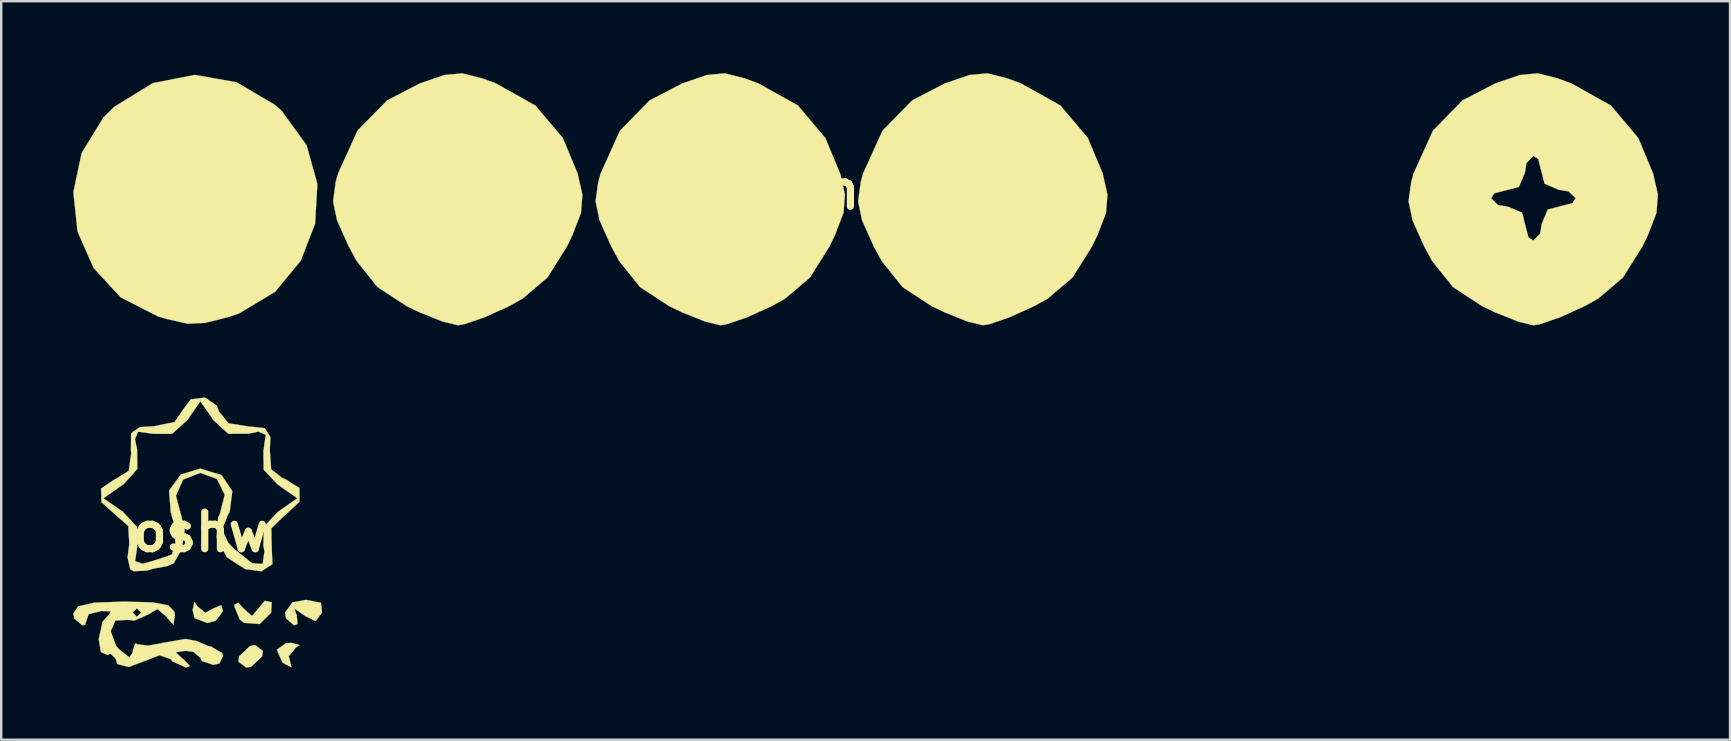
<source format=kicad_pcb>
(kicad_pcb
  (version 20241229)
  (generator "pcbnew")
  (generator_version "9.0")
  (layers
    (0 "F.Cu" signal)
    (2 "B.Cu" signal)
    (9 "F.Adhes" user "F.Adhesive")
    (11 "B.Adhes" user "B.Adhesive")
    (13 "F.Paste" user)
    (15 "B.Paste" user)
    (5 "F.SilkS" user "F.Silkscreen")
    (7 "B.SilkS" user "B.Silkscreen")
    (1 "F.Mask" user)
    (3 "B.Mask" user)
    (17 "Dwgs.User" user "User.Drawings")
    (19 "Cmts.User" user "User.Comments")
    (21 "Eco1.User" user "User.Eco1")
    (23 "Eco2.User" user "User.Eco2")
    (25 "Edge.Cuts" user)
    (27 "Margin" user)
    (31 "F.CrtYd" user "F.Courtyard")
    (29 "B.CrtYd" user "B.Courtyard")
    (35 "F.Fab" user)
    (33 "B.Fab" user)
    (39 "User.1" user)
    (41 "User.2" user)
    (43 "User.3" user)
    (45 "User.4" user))
  (footprint "oshw"
    (layer "F.Cu")
    (at 5.297 19.118)
    (property "Reference" "oshw" (at 0 0 0) (layer "F.SilkS") (effects (font (size 1.524 1.524) (thickness 0.3))))
    (attr through_hole)
    (fp_poly (pts (xy 2.602 4.951) (xy 2.574 5.174) (xy 2.122 5.605) (xy 1.914 5.644) (xy 1.586 5.397) (xy 1.614 5.174) (xy 2.067 4.743) (xy 2.275 4.704) (xy 2.602 4.951)) (stroke (width 0.01) (type solid)) (fill yes) (layer "F.SilkS"))
    (fp_poly (pts (xy -0.114 3.102) (xy 0.205 3.362) (xy 0.505 3.195) (xy 0.874 3.041) (xy 0.941 3.286) (xy 0.647 3.688) (xy 0.294 3.788) (xy -0.243 3.583) (xy -0.325 3.241) (xy -0.24 2.908) (xy -0.114 3.102)) (stroke (width 0.01) (type solid)) (fill yes) (layer "F.SilkS"))
    (fp_poly (pts (xy 4.128 4.704) (xy 3.967 4.82) (xy 3.68 5.167) (xy 3.723 5.322) (xy 3.794 5.63) (xy 3.474 5.47) (xy 3.41 5.409) (xy 3.184 4.9) (xy 3.572 4.623) (xy 3.792 4.614) (xy 4.128 4.704)) (stroke (width 0.01) (type solid)) (fill yes) (layer "F.SilkS"))
    (fp_poly (pts (xy 2.97 2.922) (xy 2.95 3.351) (xy 2.471 3.829) (xy 1.823 3.78) (xy 1.646 3.645) (xy 1.42 3.104) (xy 1.417 3.028) (xy 1.576 2.938) (xy 1.796 3.175) (xy 2.148 3.494) (xy 2.349 3.263) (xy 2.684 2.859) (xy 2.97 2.922)) (stroke (width 0.01) (type solid)) (fill yes) (layer "F.SilkS"))
    (fp_poly (pts (xy 5.023 2.942) (xy 5.067 3.35) (xy 5.063 3.36) (xy 4.801 3.708) (xy 4.345 3.484) (xy 4.301 3.449) (xy 3.922 3.186) (xy 3.991 3.408) (xy 4.01 3.44) (xy 4.049 3.825) (xy 3.901 3.881) (xy 3.57 3.595) (xy 3.528 3.351) (xy 3.834 2.925) (xy 4.399 2.822) (xy 5.023 2.942)) (stroke (width 0.01) (type solid)) (fill yes) (layer "F.SilkS"))
    (fp_poly (pts (xy -1.97 2.927) (xy -1.321 3.057) (xy -1.079 3.323) (xy -1.064 3.475) (xy -1.12 3.859) (xy -1.362 3.594) (xy -1.402 3.531) (xy -1.791 3.203) (xy -2.145 3.415) (xy -2.746 3.685) (xy -3.006 3.653) (xy -3.538 3.682) (xy -3.736 4.122) (xy -3.521 4.724) (xy -3.393 4.872) (xy -2.957 5.22) (xy -2.824 5.02) (xy -2.822 4.956) (xy -2.712 4.633) (xy -2.619 4.671) (xy -2.171 4.729) (xy -1.411 4.586) (xy -0.622 4.45) (xy -0.174 4.53) (xy 0.365 4.758) (xy 0.441 4.763) (xy 0.9 5.038) (xy 0.951 5.145) (xy 0.788 5.477) (xy 0.539 5.527) (xy 0.063 5.37) (xy 0 5.233) (xy -0.292 4.986) (xy -0.617 4.944) (xy -1.026 5.003) (xy -0.773 5.247) (xy -0.706 5.292) (xy -0.434 5.575) (xy -0.597 5.639) (xy -1.16 5.387) (xy -1.235 5.291) (xy -1.704 5.129) (xy -2.115 5.291) (xy -2.987 5.618) (xy -3.467 5.492) (xy -3.528 5.271) (xy -3.744 5.06) (xy -3.881 5.115) (xy -4.144 4.993) (xy -4.233 4.46) (xy -4.075 3.73) (xy -3.792 3.417) (xy -3.755 3.351) (xy -2.822 3.351) (xy -2.646 3.528) (xy -2.469 3.351) (xy -2.646 3.175) (xy -2.822 3.351) (xy -3.755 3.351) (xy -3.726 3.301) (xy -4.121 3.284) (xy -4.654 3.417) (xy -4.717 3.601) (xy -4.805 3.865) (xy -4.918 3.881) (xy -5.256 3.598) (xy -5.292 3.387) (xy -5.092 3.094) (xy -4.417 2.938) (xy -3.175 2.893) (xy -1.97 2.927)) (stroke (width 0.01) (type solid)) (fill yes) (layer "F.SilkS"))
    (fp_poly (pts (xy 0.683 -5.268) (xy 0.774 -5.027) (xy 1.17 -4.536) (xy 1.947 -4.41) (xy 2.681 -4.332) (xy 2.917 -3.958) (xy 2.893 -3.411) (xy 2.949 -2.618) (xy 3.42 -2.249) (xy 3.51 -2.224) (xy 4.127 -1.836) (xy 4.134 -1.272) (xy 3.533 -0.709) (xy 3.497 -0.689) (xy 2.956 -0.16) (xy 2.969 0.537) (xy 3.001 1.333) (xy 2.545 1.629) (xy 1.868 1.541) (xy 1.103 1.05) (xy 0.682 0.237) (xy 0.738 -0.61) (xy 0.81 -0.746) (xy 1.016 -1.555) (xy 0.694 -2.213) (xy 0 -2.469) (xy -0.717 -2.191) (xy -1.018 -1.521) (xy -0.811 -0.743) (xy -0.653 -0.066) (xy -0.778 0.715) (xy -1.105 1.291) (xy -1.371 1.411) (xy -1.986 1.528) (xy -2.194 1.598) (xy -2.775 1.63) (xy -2.922 1.546) (xy -3.034 1.054) (xy -2.961 0.506) (xy -3.002 -0.258) (xy -3.497 -0.689) (xy -4.122 -1.249) (xy -4.126 -1.411) (xy -4.038 -1.411) (xy -3.225 -0.842) (xy -2.638 -0.215) (xy -2.627 0.578) (xy -2.631 0.597) (xy -2.718 1.211) (xy -2.416 1.317) (xy -2.042 1.219) (xy -1.401 1.012) (xy -1.18 0.926) (xy -1.042 0.462) (xy -1.085 -0.297) (xy -1.235 -0.842) (xy -1.304 -1.725) (xy -0.818 -2.4) (xy 0 -2.646) (xy 0.882 -2.376) (xy 1.331 -1.708) (xy 1.223 -0.854) (xy 1.142 -0.709) (xy 0.902 -0.104) (xy 1.158 0.435) (xy 1.409 0.704) (xy 2.155 1.297) (xy 2.596 1.325) (xy 2.671 0.794) (xy 2.624 0.569) (xy 2.643 -0.223) (xy 3.225 -0.842) (xy 4.038 -1.411) (xy 3.225 -1.98) (xy 2.639 -2.602) (xy 2.625 -3.392) (xy 2.635 -3.434) (xy 2.723 -4.06) (xy 2.412 -4.188) (xy 1.979 -4.098) (xy 1.164 -4.099) (xy 0.55 -4.663) (xy 0 -5.449) (xy -0.55 -4.663) (xy -1.179 -4.093) (xy -1.979 -4.098) (xy -2.6 -4.185) (xy -2.726 -3.87) (xy -2.635 -3.434) (xy -2.628 -2.631) (xy -3.187 -2.007) (xy -3.225 -1.98) (xy -4.038 -1.411) (xy -4.126 -1.411) (xy -4.138 -1.816) (xy -3.546 -2.214) (xy -3.51 -2.224) (xy -2.982 -2.556) (xy -2.881 -3.286) (xy -2.893 -3.411) (xy -2.886 -4.116) (xy -2.52 -4.377) (xy -1.947 -4.41) (xy -1.075 -4.586) (xy -0.774 -5.027) (xy -0.408 -5.528) (xy 0.189 -5.609) (xy 0.683 -5.268)) (stroke (width 0.01) (type solid)) (fill yes) (layer "F.SilkS")))
  (footprint "newtonscradle"
    (layer "F.Cu")
    (at 32.957 4.855)
    (property "Reference" "newtonscradle" (at 0 0 0) (layer "F.SilkS") (effects (font (size 1.524 1.524) (thickness 0.3))))
    (attr through_hole)
    (fp_poly (pts (xy -26.154 -4.479) (xy -24.543 -3.529) (xy -24.274 -3.287) (xy -23.238 -1.86) (xy -22.786 -0.245) (xy -22.88 1.41) (xy -23.482 2.96) (xy -24.555 4.259) (xy -26.062 5.159) (xy -26.483 5.299) (xy -27.469 5.548) (xy -28.192 5.578) (xy -29.056 5.385) (xy -29.42 5.278) (xy -30.979 4.484) (xy -32.108 3.257) (xy -32.776 1.745) (xy -32.952 0.098) (xy -32.604 -1.536) (xy -31.701 -3.007) (xy -31.257 -3.449) (xy -29.643 -4.442) (xy -27.898 -4.785) (xy -26.154 -4.479)) (stroke (width 0.01) (type solid)) (fill yes) (layer "F.SilkS"))
    (fp_poly (pts (xy -15.915 -4.639) (xy -15.35 -4.43) (xy -13.703 -3.509) (xy -12.56 -2.153) (xy -11.946 -0.681) (xy -11.745 0.206) (xy -11.805 0.967) (xy -12.17 1.91) (xy -12.387 2.358) (xy -13.199 3.654) (xy -14.239 4.537) (xy -14.803 4.851) (xy -15.833 5.316) (xy -16.67 5.602) (xy -16.933 5.644) (xy -17.561 5.493) (xy -18.526 5.107) (xy -19.063 4.851) (xy -20.28 4.054) (xy -21.153 2.964) (xy -21.48 2.358) (xy -21.967 1.272) (xy -22.132 0.481) (xy -22.021 -0.325) (xy -21.921 -0.681) (xy -21.116 -2.461) (xy -19.881 -3.723) (xy -18.517 -4.43) (xy -17.496 -4.78) (xy -16.752 -4.85) (xy -15.915 -4.639)) (stroke (width 0.01) (type solid)) (fill yes) (layer "F.SilkS"))
    (fp_poly (pts (xy -4.979 -4.639) (xy -4.414 -4.43) (xy -2.766 -3.509) (xy -1.624 -2.153) (xy -1.009 -0.681) (xy -0.809 0.206) (xy -0.869 0.967) (xy -1.234 1.91) (xy -1.451 2.358) (xy -2.263 3.654) (xy -3.303 4.537) (xy -3.867 4.851) (xy -4.897 5.316) (xy -5.733 5.602) (xy -5.997 5.644) (xy -6.625 5.493) (xy -7.59 5.107) (xy -8.127 4.851) (xy -9.344 4.054) (xy -10.216 2.964) (xy -10.544 2.358) (xy -11.031 1.272) (xy -11.196 0.481) (xy -11.085 -0.325) (xy -10.985 -0.681) (xy -10.18 -2.461) (xy -8.945 -3.723) (xy -7.581 -4.43) (xy -6.56 -4.78) (xy -5.816 -4.85) (xy -4.979 -4.639)) (stroke (width 0.01) (type solid)) (fill yes) (layer "F.SilkS"))
    (fp_poly (pts (xy 5.957 -4.639) (xy 6.523 -4.43) (xy 8.17 -3.509) (xy 9.312 -2.153) (xy 9.927 -0.681) (xy 10.127 0.206) (xy 10.067 0.967) (xy 9.702 1.91) (xy 9.486 2.358) (xy 8.673 3.654) (xy 7.633 4.537) (xy 7.069 4.851) (xy 6.039 5.316) (xy 5.203 5.602) (xy 4.939 5.644) (xy 4.312 5.493) (xy 3.346 5.107) (xy 2.809 4.851) (xy 1.592 4.054) (xy 0.72 2.964) (xy 0.392 2.358) (xy -0.095 1.272) (xy -0.26 0.481) (xy -0.149 -0.325) (xy -0.049 -0.681) (xy 0.756 -2.461) (xy 1.991 -3.723) (xy 3.355 -4.43) (xy 4.376 -4.78) (xy 5.12 -4.85) (xy 5.957 -4.639)) (stroke (width 0.01) (type solid)) (fill yes) (layer "F.SilkS"))
    (fp_poly (pts (xy 28.888 -4.639) (xy 29.453 -4.43) (xy 31.1 -3.509) (xy 32.243 -2.153) (xy 32.857 -0.681) (xy 33.058 0.206) (xy 32.998 0.967) (xy 32.633 1.91) (xy 32.416 2.358) (xy 31.603 3.654) (xy 30.564 4.537) (xy 30 4.851) (xy 28.97 5.316) (xy 28.133 5.602) (xy 27.869 5.644) (xy 27.242 5.493) (xy 26.277 5.107) (xy 25.739 4.851) (xy 24.523 4.054) (xy 23.65 2.964) (xy 23.323 2.358) (xy 22.836 1.272) (xy 22.671 0.481) (xy 22.688 0.353) (xy 26.106 0.353) (xy 26.401 0.639) (xy 26.811 0.706) (xy 27.401 0.955) (xy 27.517 1.411) (xy 27.664 1.984) (xy 27.869 2.117) (xy 28.156 1.821) (xy 28.222 1.411) (xy 28.472 0.822) (xy 28.928 0.706) (xy 29.501 0.558) (xy 29.633 0.353) (xy 29.338 0.066) (xy 28.928 0) (xy 28.338 -0.249) (xy 28.222 -0.706) (xy 28.074 -1.279) (xy 27.869 -1.411) (xy 27.583 -1.116) (xy 27.517 -0.706) (xy 27.267 -0.116) (xy 26.811 0) (xy 26.238 0.148) (xy 26.106 0.353) (xy 22.688 0.353) (xy 22.782 -0.325) (xy 22.882 -0.681) (xy 23.687 -2.461) (xy 24.921 -3.723) (xy 26.286 -4.43) (xy 27.307 -4.78) (xy 28.051 -4.85) (xy 28.888 -4.639)) (stroke (width 0.01) (type solid)) (fill yes) (layer "F.SilkS")))
  (gr_rect
    (start -3 -3)
    (end 69.02 27.767)
    (stroke (width 0.1) (type default))
    (fill no)
    (layer "Edge.Cuts")))
</source>
